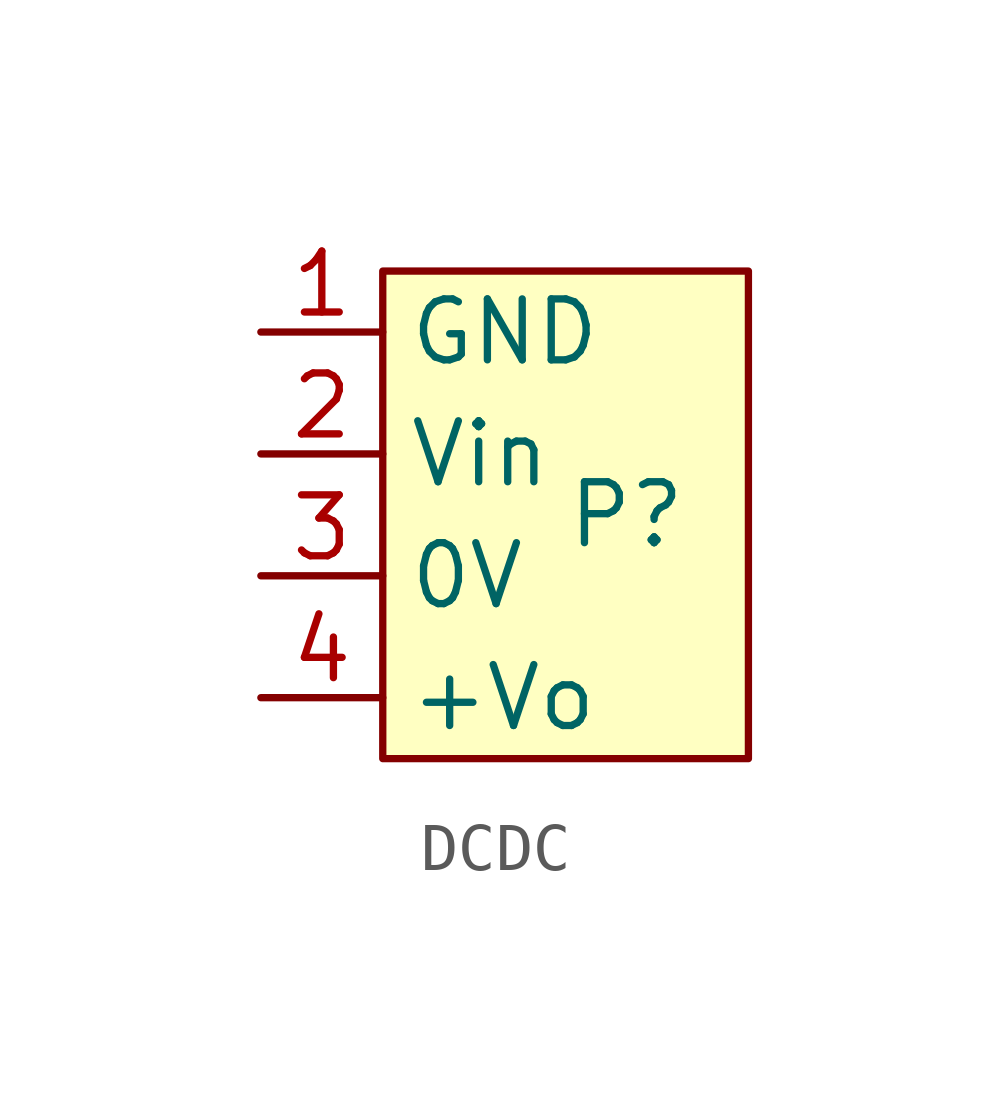
<source format=kicad_sym>
(kicad_symbol_lib
  (version 20231120)
  (generator "kicad_symbol_editor")
  (generator_version "8.0")
  (symbol "DCDC"
    (property "Reference" "P"
      (at 0 0 0)
      (effects (font (size 1.27 1.27))))
    (property "Value" ""
      (at 0 0 0)
      (effects (font (size 1.27 1.27))))
    (symbol "DCDC_1_1"
      (rectangle (start -5.08 5.08) (end 2.54 -5.08) (stroke (width 0) (type default)) (fill (type background)))
      (pin power_in line (at -7.62 3.81 0) (length 2.54) (name "GND" (effects (font (size 1.27 1.27)))) (number "1" (effects (font (size 1.27 1.27)))))
      (pin power_in line (at -7.62 1.27 0) (length 2.54) (name "Vin" (effects (font (size 1.27 1.27)))) (number "2" (effects (font (size 1.27 1.27)))))
      (pin power_out line (at -7.62 -1.27 0) (length 2.54) (name "0V" (effects (font (size 1.27 1.27)))) (number "3" (effects (font (size 1.27 1.27)))))
      (pin power_out line (at -7.62 -3.81 0) (length 2.54) (name "+Vo" (effects (font (size 1.27 1.27)))) (number "4" (effects (font (size 1.27 1.27))))))))
</source>
